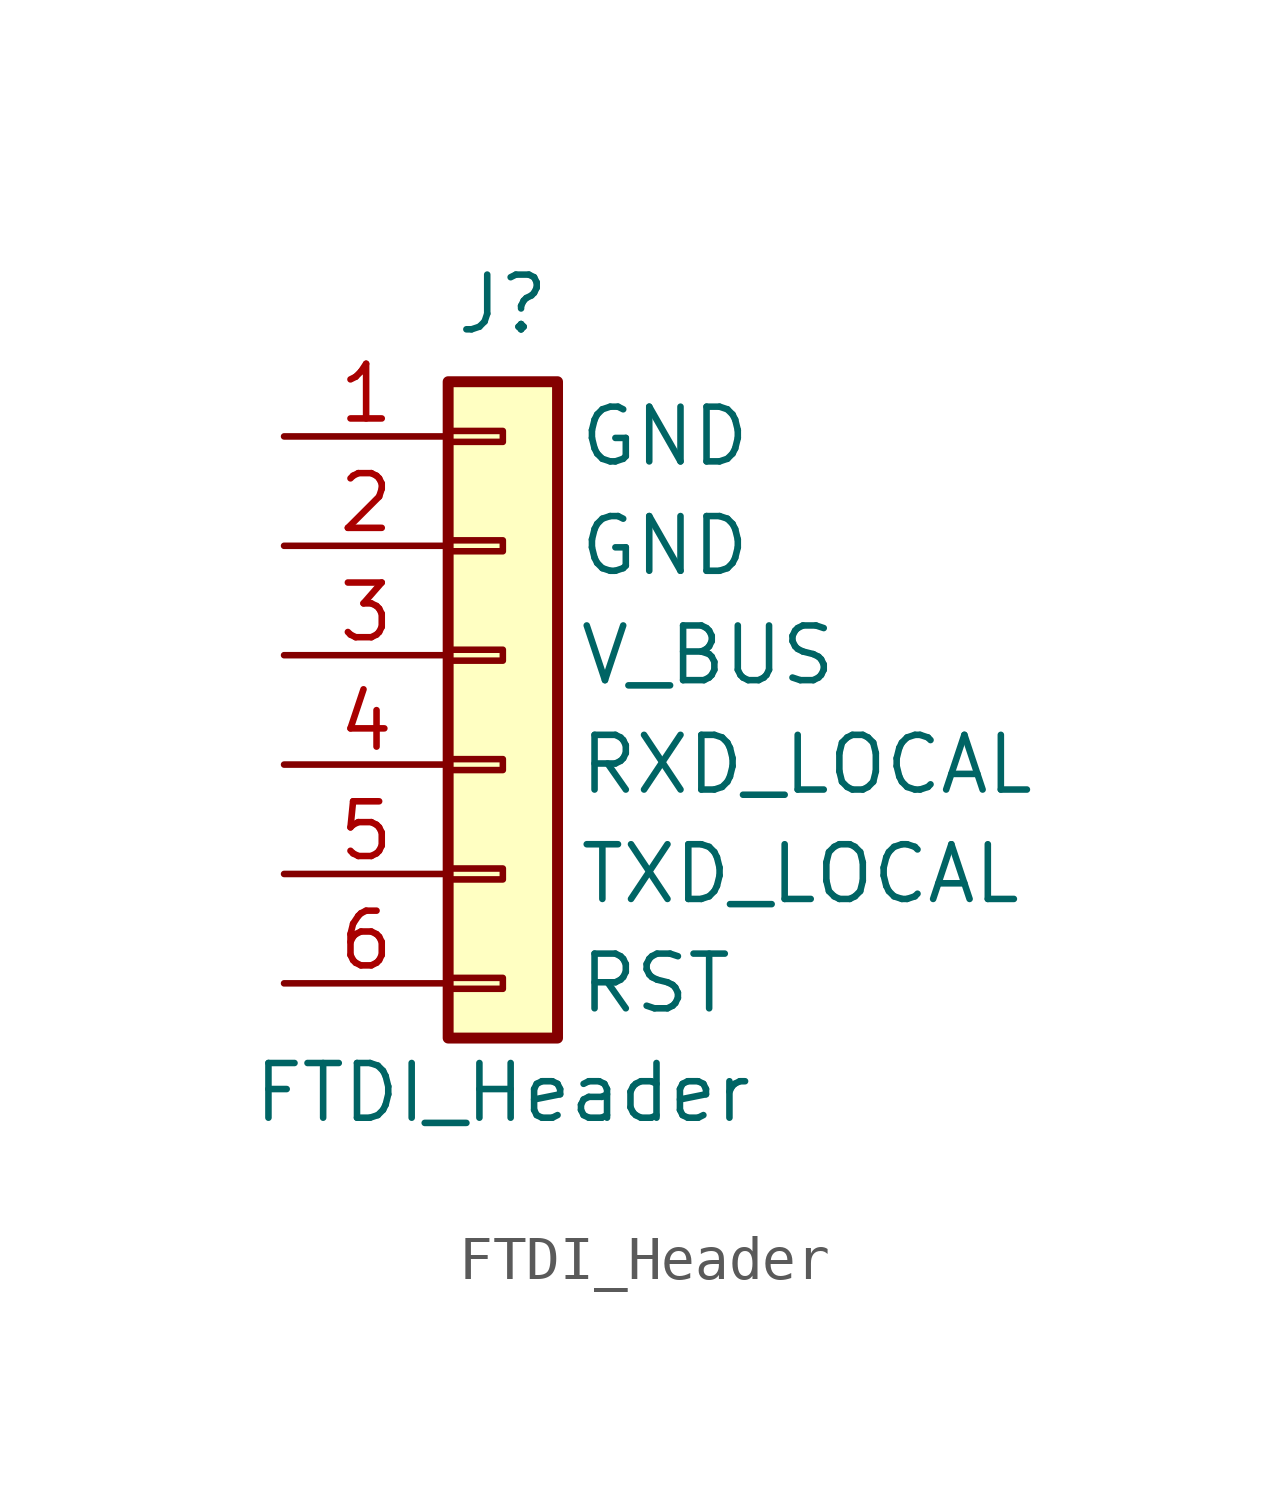
<source format=kicad_sym>
(kicad_symbol_lib
  (version 20220914)
  (generator kicad_symbol_editor)
  (symbol "FTDI_Header"
    (pin_names
      (offset 2.997))
    (property "Reference" "J"
      (at 0 8.89 0)
      (effects (font (size 1.27 1.27)) (justify top)))
    (property "Value" "FTDI_Header"
      (at 0 -10.16 0)
      (effects (font (size 1.27 1.27))))
    (symbol "FTDI_Header_1_1"
      (rectangle (start -1.27 -7.493) (end 0 -7.747) (stroke (width 0.152) (type default)) (fill (type none)))
      (rectangle (start -1.27 -4.953) (end 0 -5.207) (stroke (width 0.152) (type default)) (fill (type none)))
      (rectangle (start -1.27 -2.413) (end 0 -2.667) (stroke (width 0.152) (type default)) (fill (type none)))
      (rectangle (start -1.27 0.127) (end 0 -0.127) (stroke (width 0.152) (type default)) (fill (type none)))
      (rectangle (start -1.27 2.667) (end 0 2.413) (stroke (width 0.152) (type default)) (fill (type none)))
      (rectangle (start -1.27 5.207) (end 0 4.953) (stroke (width 0.152) (type default)) (fill (type none)))
      (rectangle (start -1.27 6.35) (end 1.27 -8.89) (stroke (width 0.254) (type default)) (fill (type background)))
      (pin passive line (at -5.08 5.08 0) (length 3.81) (name "GND" (effects (font (size 1.27 1.27)))) (number "1" (effects (font (size 1.27 1.27)))))
      (pin passive line (at -5.08 2.54 0) (length 3.81) (name "GND" (effects (font (size 1.27 1.27)))) (number "2" (effects (font (size 1.27 1.27)))))
      (pin passive line (at -5.08 0 0) (length 3.81) (name "V_BUS" (effects (font (size 1.27 1.27)))) (number "3" (effects (font (size 1.27 1.27)))))
      (pin passive line (at -5.08 -2.54 0) (length 3.81) (name "RXD_LOCAL" (effects (font (size 1.27 1.27)))) (number "4" (effects (font (size 1.27 1.27)))))
      (pin passive line (at -5.08 -5.08 0) (length 3.81) (name "TXD_LOCAL" (effects (font (size 1.27 1.27)))) (number "5" (effects (font (size 1.27 1.27)))))
      (pin passive line (at -5.08 -7.62 0) (length 3.81) (name "RST" (effects (font (size 1.27 1.27)))) (number "6" (effects (font (size 1.27 1.27))))))))
</source>
